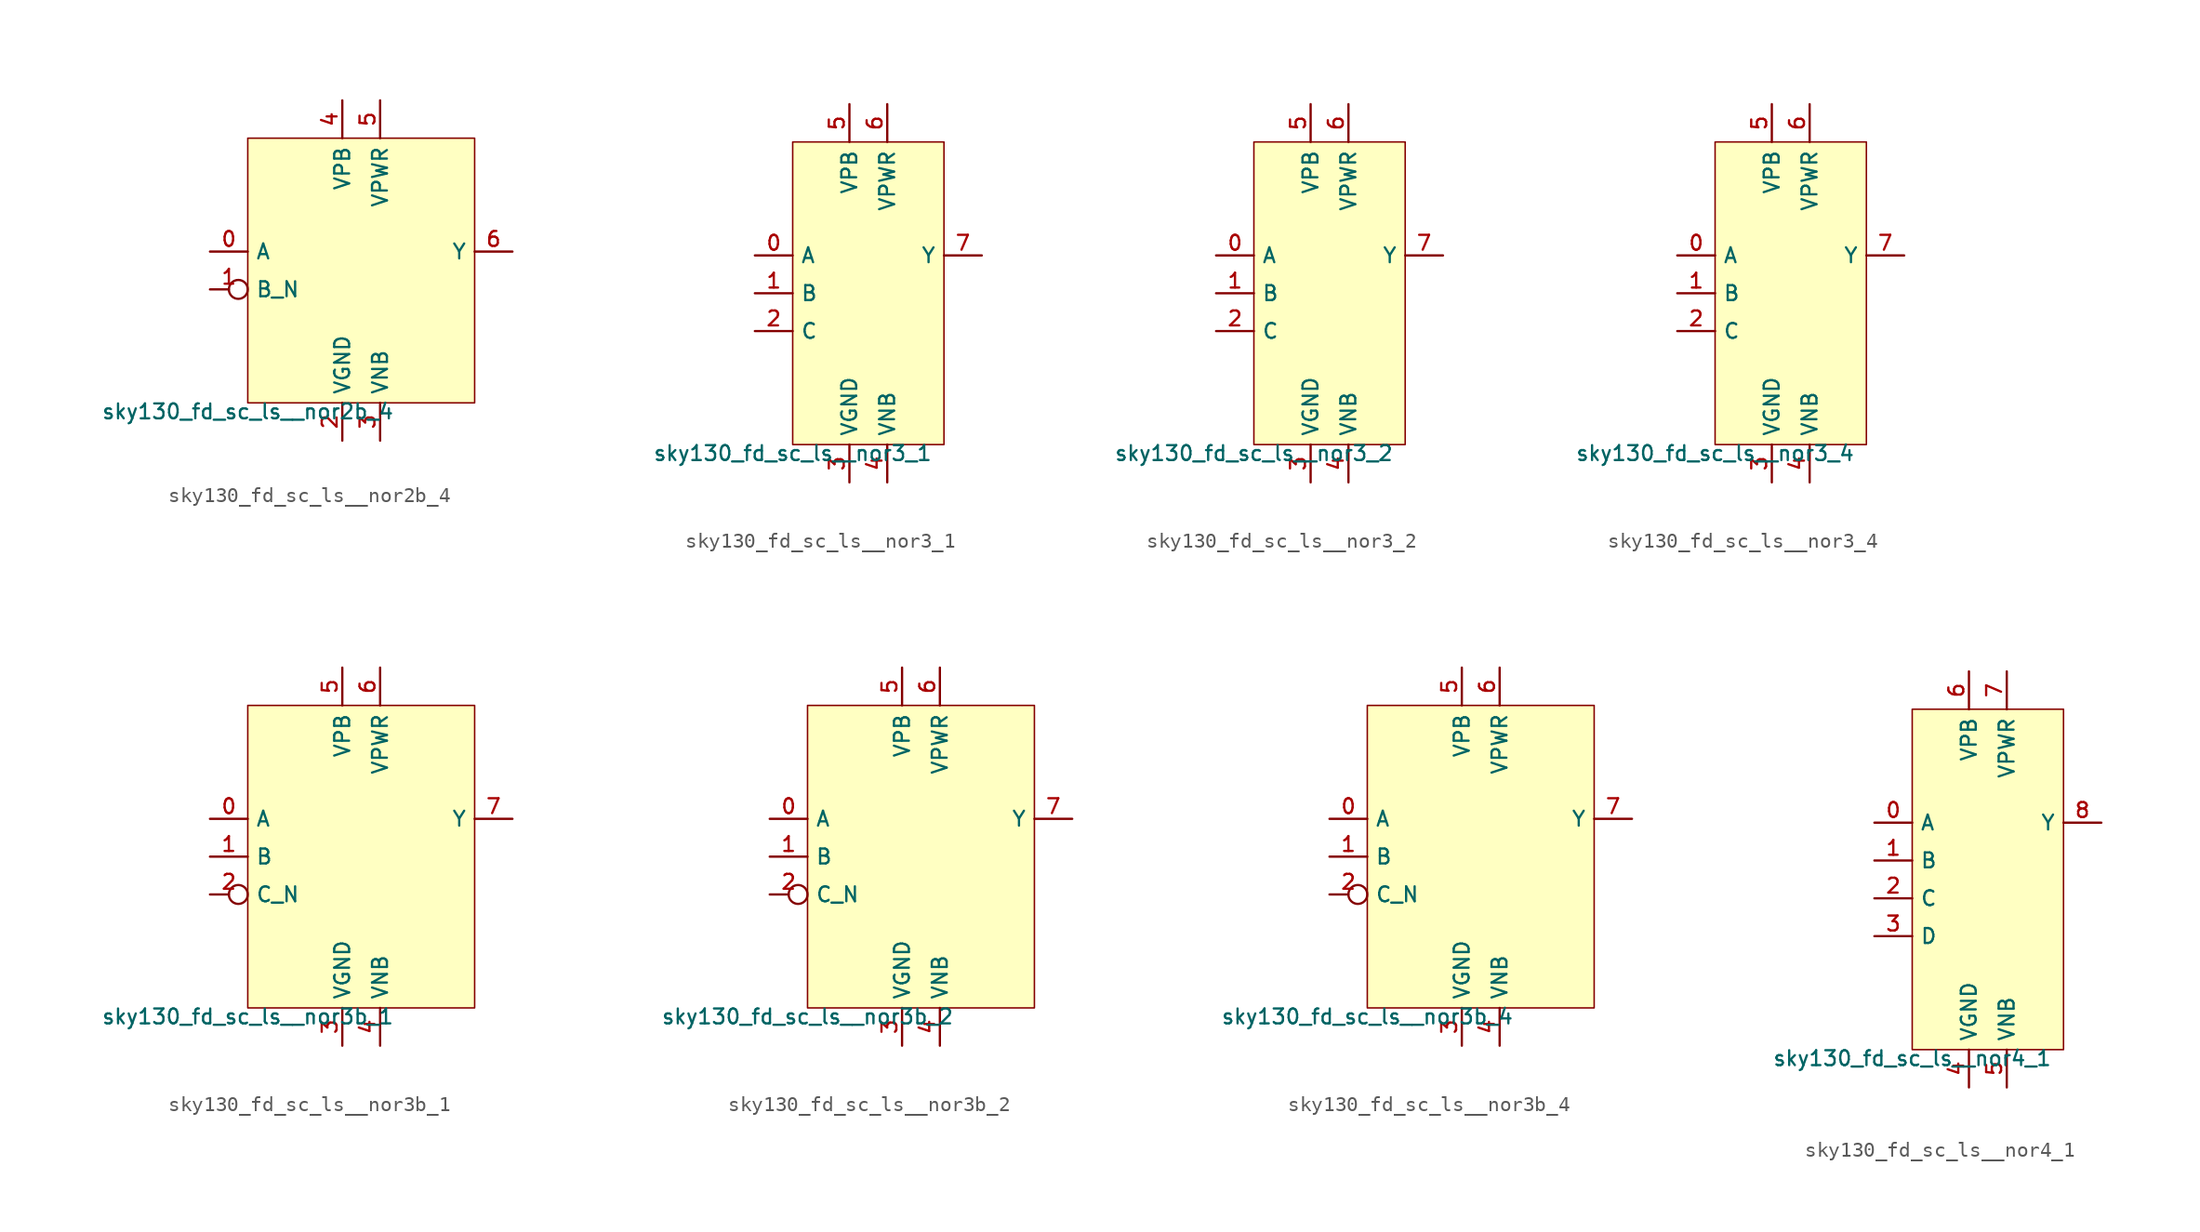
<source format=kicad_sym>
(kicad_symbol_lib
  (version 20211014)
  (generator lef2kicad_sym)
  (symbol "sky130_fd_sc_ls__nor2b_4"
    (property "Reference" "X"
      (at 0 0 0)
      (effects (font (size 1 1)) hide))
    (property "Value" "sky130_fd_sc_ls__nor2b_4"
      (at -7.62 -8.89 0)
      (effects (font (size 1 1)) (justify top)))
    (rectangle
      (start -7.62 -8.89)
      (end 7.62 8.89)
      (stroke (width 0.1) (type solid) (color 0 0 0 0))
      (fill (type background)))
    (pin input line
      (at -10.16 1.27 0)
      (length 2.54)
      (name "A" (effects (font (size 1 1)) hide))
      (number "0" (effects (font (size 1 1)) hide)))
    (pin input inverted
      (at -10.16 -1.27 0)
      (length 2.54)
      (name "B_N" (effects (font (size 1 1)) hide))
      (number "1" (effects (font (size 1 1)) hide)))
    (pin power_in line
      (at -1.27 -11.43 90)
      (length 2.54)
      (name "VGND" (effects (font (size 1 1)) hide))
      (number "2" (effects (font (size 1 1)) hide)))
    (pin power_in line
      (at 1.27 -11.43 90)
      (length 2.54)
      (name "VNB" (effects (font (size 1 1)) hide))
      (number "3" (effects (font (size 1 1)) hide)))
    (pin power_in line
      (at -1.27 11.43 270)
      (length 2.54)
      (name "VPB" (effects (font (size 1 1)) hide))
      (number "4" (effects (font (size 1 1)) hide)))
    (pin power_in line
      (at 1.27 11.43 270)
      (length 2.54)
      (name "VPWR" (effects (font (size 1 1)) hide))
      (number "5" (effects (font (size 1 1)) hide)))
    (pin output line
      (at 10.16 1.27 180)
      (length 2.54)
      (name "Y" (effects (font (size 1 1)) hide))
      (number "6" (effects (font (size 1 1)) hide))))
  (symbol "sky130_fd_sc_ls__nor3_1"
    (property "Reference" "X"
      (at 0 0 0)
      (effects (font (size 1 1)) hide))
    (property "Value" "sky130_fd_sc_ls__nor3_1"
      (at -5.08 -10.16 0)
      (effects (font (size 1 1)) (justify top)))
    (rectangle
      (start -5.08 -10.16)
      (end 5.08 10.16)
      (stroke (width 0.1) (type solid) (color 0 0 0 0))
      (fill (type background)))
    (pin input line
      (at -7.62 2.54 0)
      (length 2.54)
      (name "A" (effects (font (size 1 1)) hide))
      (number "0" (effects (font (size 1 1)) hide)))
    (pin input line
      (at -7.62 0.0 0)
      (length 2.54)
      (name "B" (effects (font (size 1 1)) hide))
      (number "1" (effects (font (size 1 1)) hide)))
    (pin input line
      (at -7.62 -2.54 0)
      (length 2.54)
      (name "C" (effects (font (size 1 1)) hide))
      (number "2" (effects (font (size 1 1)) hide)))
    (pin power_in line
      (at -1.27 -12.7 90)
      (length 2.54)
      (name "VGND" (effects (font (size 1 1)) hide))
      (number "3" (effects (font (size 1 1)) hide)))
    (pin power_in line
      (at 1.27 -12.7 90)
      (length 2.54)
      (name "VNB" (effects (font (size 1 1)) hide))
      (number "4" (effects (font (size 1 1)) hide)))
    (pin power_in line
      (at -1.27 12.7 270)
      (length 2.54)
      (name "VPB" (effects (font (size 1 1)) hide))
      (number "5" (effects (font (size 1 1)) hide)))
    (pin power_in line
      (at 1.27 12.7 270)
      (length 2.54)
      (name "VPWR" (effects (font (size 1 1)) hide))
      (number "6" (effects (font (size 1 1)) hide)))
    (pin output line
      (at 7.62 2.54 180)
      (length 2.54)
      (name "Y" (effects (font (size 1 1)) hide))
      (number "7" (effects (font (size 1 1)) hide))))
  (symbol "sky130_fd_sc_ls__nor3_2"
    (property "Reference" "X"
      (at 0 0 0)
      (effects (font (size 1 1)) hide))
    (property "Value" "sky130_fd_sc_ls__nor3_2"
      (at -5.08 -10.16 0)
      (effects (font (size 1 1)) (justify top)))
    (rectangle
      (start -5.08 -10.16)
      (end 5.08 10.16)
      (stroke (width 0.1) (type solid) (color 0 0 0 0))
      (fill (type background)))
    (pin input line
      (at -7.62 2.54 0)
      (length 2.54)
      (name "A" (effects (font (size 1 1)) hide))
      (number "0" (effects (font (size 1 1)) hide)))
    (pin input line
      (at -7.62 0.0 0)
      (length 2.54)
      (name "B" (effects (font (size 1 1)) hide))
      (number "1" (effects (font (size 1 1)) hide)))
    (pin input line
      (at -7.62 -2.54 0)
      (length 2.54)
      (name "C" (effects (font (size 1 1)) hide))
      (number "2" (effects (font (size 1 1)) hide)))
    (pin power_in line
      (at -1.27 -12.7 90)
      (length 2.54)
      (name "VGND" (effects (font (size 1 1)) hide))
      (number "3" (effects (font (size 1 1)) hide)))
    (pin power_in line
      (at 1.27 -12.7 90)
      (length 2.54)
      (name "VNB" (effects (font (size 1 1)) hide))
      (number "4" (effects (font (size 1 1)) hide)))
    (pin power_in line
      (at -1.27 12.7 270)
      (length 2.54)
      (name "VPB" (effects (font (size 1 1)) hide))
      (number "5" (effects (font (size 1 1)) hide)))
    (pin power_in line
      (at 1.27 12.7 270)
      (length 2.54)
      (name "VPWR" (effects (font (size 1 1)) hide))
      (number "6" (effects (font (size 1 1)) hide)))
    (pin output line
      (at 7.62 2.54 180)
      (length 2.54)
      (name "Y" (effects (font (size 1 1)) hide))
      (number "7" (effects (font (size 1 1)) hide))))
  (symbol "sky130_fd_sc_ls__nor3_4"
    (property "Reference" "X"
      (at 0 0 0)
      (effects (font (size 1 1)) hide))
    (property "Value" "sky130_fd_sc_ls__nor3_4"
      (at -5.08 -10.16 0)
      (effects (font (size 1 1)) (justify top)))
    (rectangle
      (start -5.08 -10.16)
      (end 5.08 10.16)
      (stroke (width 0.1) (type solid) (color 0 0 0 0))
      (fill (type background)))
    (pin input line
      (at -7.62 2.54 0)
      (length 2.54)
      (name "A" (effects (font (size 1 1)) hide))
      (number "0" (effects (font (size 1 1)) hide)))
    (pin input line
      (at -7.62 0.0 0)
      (length 2.54)
      (name "B" (effects (font (size 1 1)) hide))
      (number "1" (effects (font (size 1 1)) hide)))
    (pin input line
      (at -7.62 -2.54 0)
      (length 2.54)
      (name "C" (effects (font (size 1 1)) hide))
      (number "2" (effects (font (size 1 1)) hide)))
    (pin power_in line
      (at -1.27 -12.7 90)
      (length 2.54)
      (name "VGND" (effects (font (size 1 1)) hide))
      (number "3" (effects (font (size 1 1)) hide)))
    (pin power_in line
      (at 1.27 -12.7 90)
      (length 2.54)
      (name "VNB" (effects (font (size 1 1)) hide))
      (number "4" (effects (font (size 1 1)) hide)))
    (pin power_in line
      (at -1.27 12.7 270)
      (length 2.54)
      (name "VPB" (effects (font (size 1 1)) hide))
      (number "5" (effects (font (size 1 1)) hide)))
    (pin power_in line
      (at 1.27 12.7 270)
      (length 2.54)
      (name "VPWR" (effects (font (size 1 1)) hide))
      (number "6" (effects (font (size 1 1)) hide)))
    (pin output line
      (at 7.62 2.54 180)
      (length 2.54)
      (name "Y" (effects (font (size 1 1)) hide))
      (number "7" (effects (font (size 1 1)) hide))))
  (symbol "sky130_fd_sc_ls__nor3b_1"
    (property "Reference" "X"
      (at 0 0 0)
      (effects (font (size 1 1)) hide))
    (property "Value" "sky130_fd_sc_ls__nor3b_1"
      (at -7.62 -10.16 0)
      (effects (font (size 1 1)) (justify top)))
    (rectangle
      (start -7.62 -10.16)
      (end 7.62 10.16)
      (stroke (width 0.1) (type solid) (color 0 0 0 0))
      (fill (type background)))
    (pin input line
      (at -10.16 2.54 0)
      (length 2.54)
      (name "A" (effects (font (size 1 1)) hide))
      (number "0" (effects (font (size 1 1)) hide)))
    (pin input line
      (at -10.16 0.0 0)
      (length 2.54)
      (name "B" (effects (font (size 1 1)) hide))
      (number "1" (effects (font (size 1 1)) hide)))
    (pin input inverted
      (at -10.16 -2.54 0)
      (length 2.54)
      (name "C_N" (effects (font (size 1 1)) hide))
      (number "2" (effects (font (size 1 1)) hide)))
    (pin power_in line
      (at -1.27 -12.7 90)
      (length 2.54)
      (name "VGND" (effects (font (size 1 1)) hide))
      (number "3" (effects (font (size 1 1)) hide)))
    (pin power_in line
      (at 1.27 -12.7 90)
      (length 2.54)
      (name "VNB" (effects (font (size 1 1)) hide))
      (number "4" (effects (font (size 1 1)) hide)))
    (pin power_in line
      (at -1.27 12.7 270)
      (length 2.54)
      (name "VPB" (effects (font (size 1 1)) hide))
      (number "5" (effects (font (size 1 1)) hide)))
    (pin power_in line
      (at 1.27 12.7 270)
      (length 2.54)
      (name "VPWR" (effects (font (size 1 1)) hide))
      (number "6" (effects (font (size 1 1)) hide)))
    (pin output line
      (at 10.16 2.54 180)
      (length 2.54)
      (name "Y" (effects (font (size 1 1)) hide))
      (number "7" (effects (font (size 1 1)) hide))))
  (symbol "sky130_fd_sc_ls__nor3b_2"
    (property "Reference" "X"
      (at 0 0 0)
      (effects (font (size 1 1)) hide))
    (property "Value" "sky130_fd_sc_ls__nor3b_2"
      (at -7.62 -10.16 0)
      (effects (font (size 1 1)) (justify top)))
    (rectangle
      (start -7.62 -10.16)
      (end 7.62 10.16)
      (stroke (width 0.1) (type solid) (color 0 0 0 0))
      (fill (type background)))
    (pin input line
      (at -10.16 2.54 0)
      (length 2.54)
      (name "A" (effects (font (size 1 1)) hide))
      (number "0" (effects (font (size 1 1)) hide)))
    (pin input line
      (at -10.16 0.0 0)
      (length 2.54)
      (name "B" (effects (font (size 1 1)) hide))
      (number "1" (effects (font (size 1 1)) hide)))
    (pin input inverted
      (at -10.16 -2.54 0)
      (length 2.54)
      (name "C_N" (effects (font (size 1 1)) hide))
      (number "2" (effects (font (size 1 1)) hide)))
    (pin power_in line
      (at -1.27 -12.7 90)
      (length 2.54)
      (name "VGND" (effects (font (size 1 1)) hide))
      (number "3" (effects (font (size 1 1)) hide)))
    (pin power_in line
      (at 1.27 -12.7 90)
      (length 2.54)
      (name "VNB" (effects (font (size 1 1)) hide))
      (number "4" (effects (font (size 1 1)) hide)))
    (pin power_in line
      (at -1.27 12.7 270)
      (length 2.54)
      (name "VPB" (effects (font (size 1 1)) hide))
      (number "5" (effects (font (size 1 1)) hide)))
    (pin power_in line
      (at 1.27 12.7 270)
      (length 2.54)
      (name "VPWR" (effects (font (size 1 1)) hide))
      (number "6" (effects (font (size 1 1)) hide)))
    (pin output line
      (at 10.16 2.54 180)
      (length 2.54)
      (name "Y" (effects (font (size 1 1)) hide))
      (number "7" (effects (font (size 1 1)) hide))))
  (symbol "sky130_fd_sc_ls__nor3b_4"
    (property "Reference" "X"
      (at 0 0 0)
      (effects (font (size 1 1)) hide))
    (property "Value" "sky130_fd_sc_ls__nor3b_4"
      (at -7.62 -10.16 0)
      (effects (font (size 1 1)) (justify top)))
    (rectangle
      (start -7.62 -10.16)
      (end 7.62 10.16)
      (stroke (width 0.1) (type solid) (color 0 0 0 0))
      (fill (type background)))
    (pin input line
      (at -10.16 2.54 0)
      (length 2.54)
      (name "A" (effects (font (size 1 1)) hide))
      (number "0" (effects (font (size 1 1)) hide)))
    (pin input line
      (at -10.16 0.0 0)
      (length 2.54)
      (name "B" (effects (font (size 1 1)) hide))
      (number "1" (effects (font (size 1 1)) hide)))
    (pin input inverted
      (at -10.16 -2.54 0)
      (length 2.54)
      (name "C_N" (effects (font (size 1 1)) hide))
      (number "2" (effects (font (size 1 1)) hide)))
    (pin power_in line
      (at -1.27 -12.7 90)
      (length 2.54)
      (name "VGND" (effects (font (size 1 1)) hide))
      (number "3" (effects (font (size 1 1)) hide)))
    (pin power_in line
      (at 1.27 -12.7 90)
      (length 2.54)
      (name "VNB" (effects (font (size 1 1)) hide))
      (number "4" (effects (font (size 1 1)) hide)))
    (pin power_in line
      (at -1.27 12.7 270)
      (length 2.54)
      (name "VPB" (effects (font (size 1 1)) hide))
      (number "5" (effects (font (size 1 1)) hide)))
    (pin power_in line
      (at 1.27 12.7 270)
      (length 2.54)
      (name "VPWR" (effects (font (size 1 1)) hide))
      (number "6" (effects (font (size 1 1)) hide)))
    (pin output line
      (at 10.16 2.54 180)
      (length 2.54)
      (name "Y" (effects (font (size 1 1)) hide))
      (number "7" (effects (font (size 1 1)) hide))))
  (symbol "sky130_fd_sc_ls__nor4_1"
    (property "Reference" "X"
      (at 0 0 0)
      (effects (font (size 1 1)) hide))
    (property "Value" "sky130_fd_sc_ls__nor4_1"
      (at -5.08 -11.43 0)
      (effects (font (size 1 1)) (justify top)))
    (rectangle
      (start -5.08 -11.43)
      (end 5.08 11.43)
      (stroke (width 0.1) (type solid) (color 0 0 0 0))
      (fill (type background)))
    (pin input line
      (at -7.62 3.81 0)
      (length 2.54)
      (name "A" (effects (font (size 1 1)) hide))
      (number "0" (effects (font (size 1 1)) hide)))
    (pin input line
      (at -7.62 1.27 0)
      (length 2.54)
      (name "B" (effects (font (size 1 1)) hide))
      (number "1" (effects (font (size 1 1)) hide)))
    (pin input line
      (at -7.62 -1.27 0)
      (length 2.54)
      (name "C" (effects (font (size 1 1)) hide))
      (number "2" (effects (font (size 1 1)) hide)))
    (pin input line
      (at -7.62 -3.81 0)
      (length 2.54)
      (name "D" (effects (font (size 1 1)) hide))
      (number "3" (effects (font (size 1 1)) hide)))
    (pin power_in line
      (at -1.27 -13.97 90)
      (length 2.54)
      (name "VGND" (effects (font (size 1 1)) hide))
      (number "4" (effects (font (size 1 1)) hide)))
    (pin power_in line
      (at 1.27 -13.97 90)
      (length 2.54)
      (name "VNB" (effects (font (size 1 1)) hide))
      (number "5" (effects (font (size 1 1)) hide)))
    (pin power_in line
      (at -1.27 13.97 270)
      (length 2.54)
      (name "VPB" (effects (font (size 1 1)) hide))
      (number "6" (effects (font (size 1 1)) hide)))
    (pin power_in line
      (at 1.27 13.97 270)
      (length 2.54)
      (name "VPWR" (effects (font (size 1 1)) hide))
      (number "7" (effects (font (size 1 1)) hide)))
    (pin output line
      (at 7.62 3.81 180)
      (length 2.54)
      (name "Y" (effects (font (size 1 1)) hide))
      (number "8" (effects (font (size 1 1)) hide)))))
</source>
